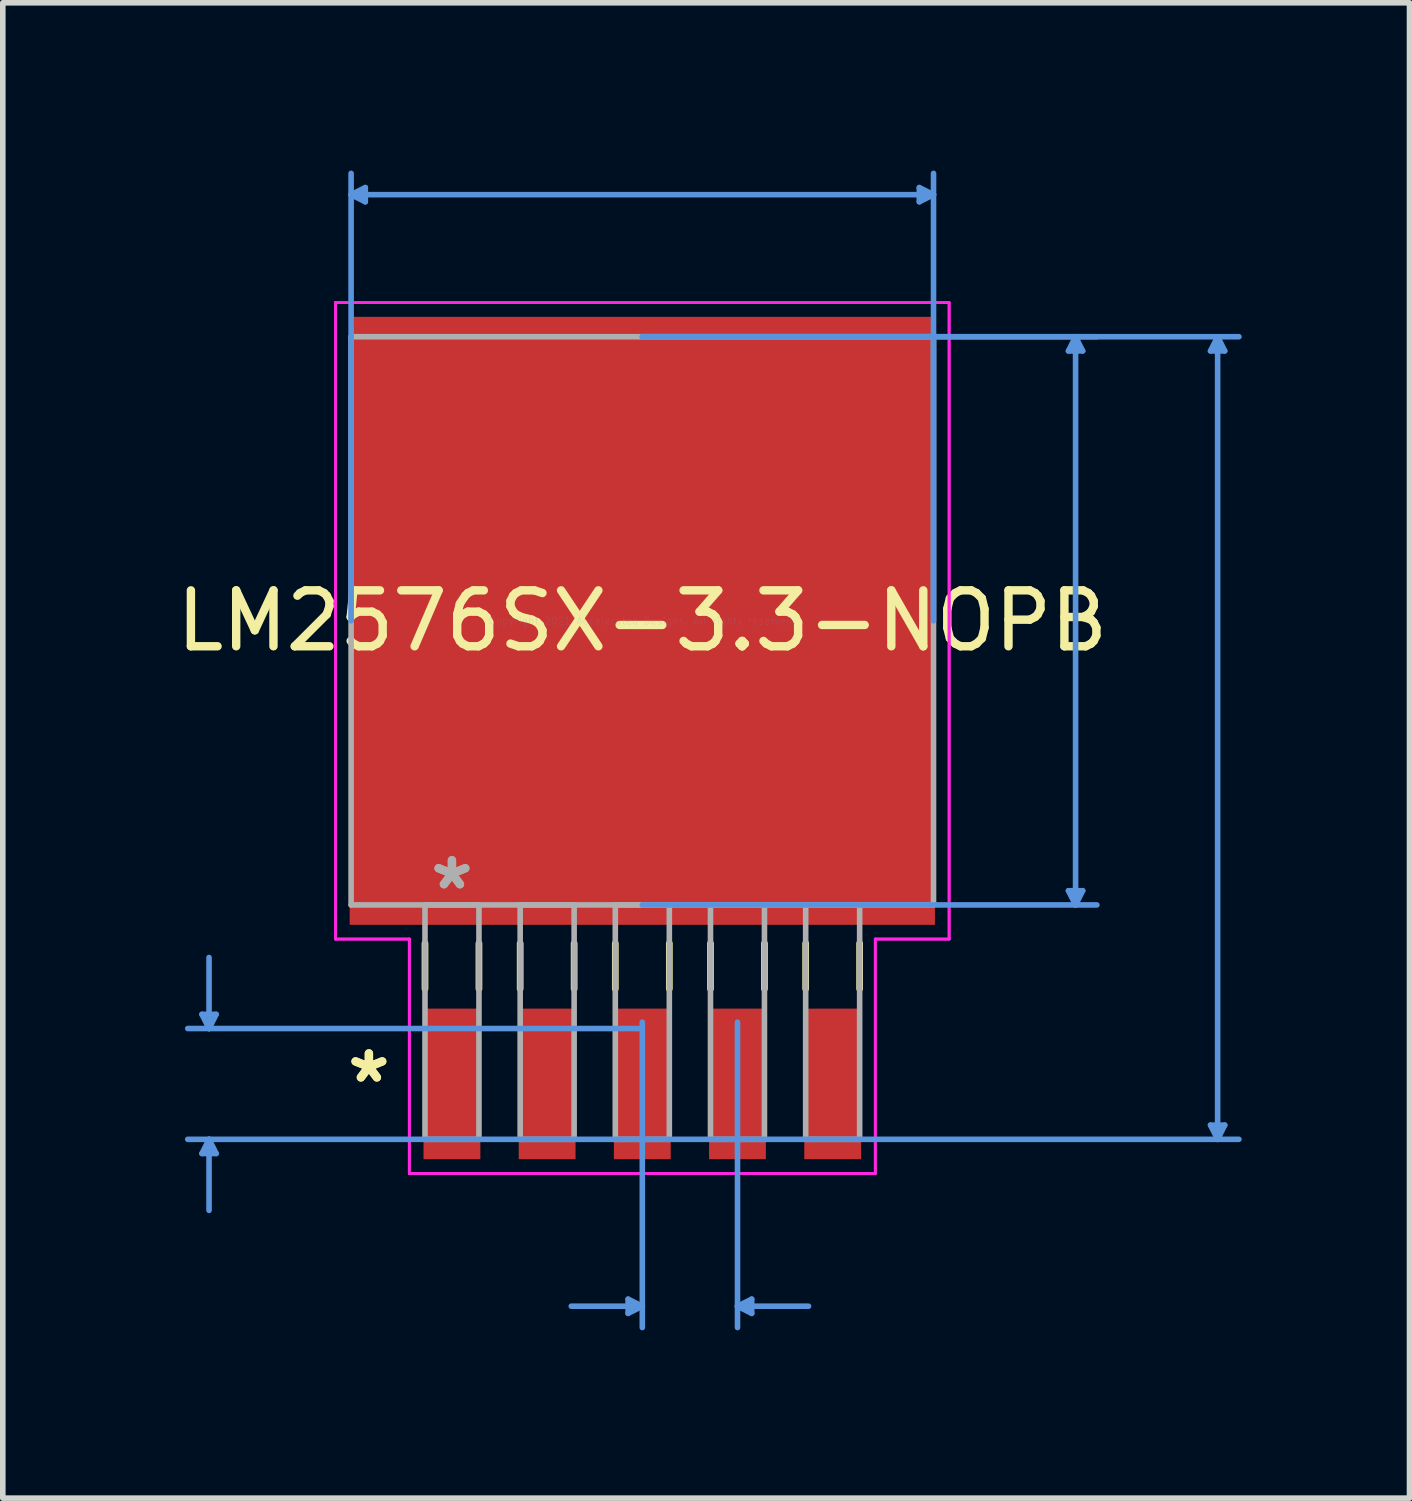
<source format=kicad_pcb>
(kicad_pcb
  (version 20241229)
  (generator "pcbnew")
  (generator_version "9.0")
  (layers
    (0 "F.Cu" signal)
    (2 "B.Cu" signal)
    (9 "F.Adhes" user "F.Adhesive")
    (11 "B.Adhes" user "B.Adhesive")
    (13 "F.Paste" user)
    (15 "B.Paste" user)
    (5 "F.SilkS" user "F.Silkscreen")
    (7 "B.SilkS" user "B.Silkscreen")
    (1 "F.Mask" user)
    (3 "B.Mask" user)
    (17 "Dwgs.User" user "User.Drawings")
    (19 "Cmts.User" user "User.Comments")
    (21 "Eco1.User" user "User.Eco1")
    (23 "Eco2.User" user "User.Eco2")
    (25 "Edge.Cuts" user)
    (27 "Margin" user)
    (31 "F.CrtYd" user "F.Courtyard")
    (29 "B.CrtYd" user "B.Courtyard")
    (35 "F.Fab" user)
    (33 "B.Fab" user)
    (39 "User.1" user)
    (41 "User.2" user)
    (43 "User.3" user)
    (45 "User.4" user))
  (footprint "LM2576SX-3.3-NOPB"
    (layer "F.Cu")
    (at 8.435 8.051)
    (property "Reference" "LM2576SX-3.3-NOPB" (at 0 0 0) (layer "F.SilkS") (effects (font (size 1 1) (thickness 0.15))))
    (attr through_hole)
    (fp_line (start -3.886 5.768) (end -3.886 6.579) (stroke (width 0.12) (type solid)) (layer "F.SilkS"))
    (fp_line (start -2.921 5.768) (end -2.921 6.579) (stroke (width 0.12) (type solid)) (layer "F.SilkS"))
    (fp_line (start -2.184 5.768) (end -2.184 6.579) (stroke (width 0.12) (type solid)) (layer "F.SilkS"))
    (fp_line (start -1.219 5.768) (end -1.219 6.579) (stroke (width 0.12) (type solid)) (layer "F.SilkS"))
    (fp_line (start -0.483 5.768) (end -0.483 6.579) (stroke (width 0.12) (type solid)) (layer "F.SilkS"))
    (fp_line (start 0.483 5.768) (end 0.483 6.579) (stroke (width 0.12) (type solid)) (layer "F.SilkS"))
    (fp_line (start 1.219 5.768) (end 1.219 6.579) (stroke (width 0.12) (type solid)) (layer "F.SilkS"))
    (fp_line (start 2.184 5.768) (end 2.184 6.579) (stroke (width 0.12) (type solid)) (layer "F.SilkS"))
    (fp_line (start 2.921 5.768) (end 2.921 6.579) (stroke (width 0.12) (type solid)) (layer "F.SilkS"))
    (fp_line (start 3.886 5.768) (end 3.886 6.579) (stroke (width 0.12) (type solid)) (layer "F.SilkS"))
    (fp_line (start -7.874 7.036) (end -7.62 7.036) (stroke (width 0.1) (type solid)) (layer "Cmts.User"))
    (fp_line (start -7.874 9.525) (end -7.62 9.525) (stroke (width 0.1) (type solid)) (layer "Cmts.User"))
    (fp_line (start -7.747 7.29) (end -7.874 7.036) (stroke (width 0.1) (type solid)) (layer "Cmts.User"))
    (fp_line (start -7.747 7.29) (end -7.747 6.02) (stroke (width 0.1) (type solid)) (layer "Cmts.User"))
    (fp_line (start -7.747 7.29) (end -7.62 7.036) (stroke (width 0.1) (type solid)) (layer "Cmts.User"))
    (fp_line (start -7.747 9.271) (end -7.874 9.525) (stroke (width 0.1) (type solid)) (layer "Cmts.User"))
    (fp_line (start -7.747 9.271) (end -7.747 10.541) (stroke (width 0.1) (type solid)) (layer "Cmts.User"))
    (fp_line (start -7.747 9.271) (end -7.62 9.525) (stroke (width 0.1) (type solid)) (layer "Cmts.User"))
    (fp_line (start -5.207 -7.62) (end -4.953 -7.747) (stroke (width 0.1) (type solid)) (layer "Cmts.User"))
    (fp_line (start -5.207 -7.62) (end -4.953 -7.493) (stroke (width 0.1) (type solid)) (layer "Cmts.User"))
    (fp_line (start -5.207 -7.62) (end 5.207 -7.62) (stroke (width 0.1) (type solid)) (layer "Cmts.User"))
    (fp_line (start -5.207 0) (end -5.207 -8.001) (stroke (width 0.1) (type solid)) (layer "Cmts.User"))
    (fp_line (start -4.953 -7.747) (end -4.953 -7.493) (stroke (width 0.1) (type solid)) (layer "Cmts.User"))
    (fp_line (start -0.254 12.129) (end -0.254 12.383) (stroke (width 0.1) (type solid)) (layer "Cmts.User"))
    (fp_line (start 0 -5.08) (end 8.128 -5.08) (stroke (width 0.1) (type solid)) (layer "Cmts.User"))
    (fp_line (start 0 -5.08) (end 10.668 -5.08) (stroke (width 0.1) (type solid)) (layer "Cmts.User"))
    (fp_line (start 0 5.08) (end 8.128 5.08) (stroke (width 0.1) (type solid)) (layer "Cmts.User"))
    (fp_line (start 0 7.176) (end 0 12.636) (stroke (width 0.1) (type solid)) (layer "Cmts.User"))
    (fp_line (start 0 7.29) (end -8.128 7.29) (stroke (width 0.1) (type solid)) (layer "Cmts.User"))
    (fp_line (start 0 9.271) (end -8.128 9.271) (stroke (width 0.1) (type solid)) (layer "Cmts.User"))
    (fp_line (start 0 9.271) (end 10.668 9.271) (stroke (width 0.1) (type solid)) (layer "Cmts.User"))
    (fp_line (start 0 12.255) (end -1.27 12.255) (stroke (width 0.1) (type solid)) (layer "Cmts.User"))
    (fp_line (start 0 12.255) (end -0.254 12.129) (stroke (width 0.1) (type solid)) (layer "Cmts.User"))
    (fp_line (start 0 12.255) (end -0.254 12.383) (stroke (width 0.1) (type solid)) (layer "Cmts.User"))
    (fp_line (start 1.702 7.176) (end 1.702 12.636) (stroke (width 0.1) (type solid)) (layer "Cmts.User"))
    (fp_line (start 1.702 12.255) (end 1.956 12.129) (stroke (width 0.1) (type solid)) (layer "Cmts.User"))
    (fp_line (start 1.702 12.255) (end 1.956 12.383) (stroke (width 0.1) (type solid)) (layer "Cmts.User"))
    (fp_line (start 1.702 12.255) (end 2.972 12.255) (stroke (width 0.1) (type solid)) (layer "Cmts.User"))
    (fp_line (start 1.956 12.129) (end 1.956 12.383) (stroke (width 0.1) (type solid)) (layer "Cmts.User"))
    (fp_line (start 4.953 -7.747) (end 4.953 -7.493) (stroke (width 0.1) (type solid)) (layer "Cmts.User"))
    (fp_line (start 5.207 -7.62) (end 4.953 -7.747) (stroke (width 0.1) (type solid)) (layer "Cmts.User"))
    (fp_line (start 5.207 -7.62) (end 4.953 -7.493) (stroke (width 0.1) (type solid)) (layer "Cmts.User"))
    (fp_line (start 5.207 0) (end 5.207 -8.001) (stroke (width 0.1) (type solid)) (layer "Cmts.User"))
    (fp_line (start 7.62 -4.826) (end 7.874 -4.826) (stroke (width 0.1) (type solid)) (layer "Cmts.User"))
    (fp_line (start 7.62 4.826) (end 7.874 4.826) (stroke (width 0.1) (type solid)) (layer "Cmts.User"))
    (fp_line (start 7.747 -5.08) (end 7.62 -4.826) (stroke (width 0.1) (type solid)) (layer "Cmts.User"))
    (fp_line (start 7.747 -5.08) (end 7.747 5.08) (stroke (width 0.1) (type solid)) (layer "Cmts.User"))
    (fp_line (start 7.747 -5.08) (end 7.874 -4.826) (stroke (width 0.1) (type solid)) (layer "Cmts.User"))
    (fp_line (start 7.747 5.08) (end 7.62 4.826) (stroke (width 0.1) (type solid)) (layer "Cmts.User"))
    (fp_line (start 7.747 5.08) (end 7.874 4.826) (stroke (width 0.1) (type solid)) (layer "Cmts.User"))
    (fp_line (start 10.16 -4.826) (end 10.414 -4.826) (stroke (width 0.1) (type solid)) (layer "Cmts.User"))
    (fp_line (start 10.16 9.017) (end 10.414 9.017) (stroke (width 0.1) (type solid)) (layer "Cmts.User"))
    (fp_line (start 10.287 -5.08) (end 10.16 -4.826) (stroke (width 0.1) (type solid)) (layer "Cmts.User"))
    (fp_line (start 10.287 -5.08) (end 10.287 9.271) (stroke (width 0.1) (type solid)) (layer "Cmts.User"))
    (fp_line (start 10.287 -5.08) (end 10.414 -4.826) (stroke (width 0.1) (type solid)) (layer "Cmts.User"))
    (fp_line (start 10.287 9.271) (end 10.16 9.017) (stroke (width 0.1) (type solid)) (layer "Cmts.User"))
    (fp_line (start 10.287 9.271) (end 10.414 9.017) (stroke (width 0.1) (type solid)) (layer "Cmts.User"))
    (fp_line (start -5.486 -5.69) (end 5.486 -5.69) (stroke (width 0.05) (type solid)) (layer "F.CrtYd"))
    (fp_line (start -5.486 -5.69) (end 5.486 -5.69) (stroke (width 0.05) (type solid)) (layer "F.CrtYd"))
    (fp_line (start -5.486 5.69) (end -5.486 -5.69) (stroke (width 0.05) (type solid)) (layer "F.CrtYd"))
    (fp_line (start -5.486 5.69) (end -5.486 -5.69) (stroke (width 0.05) (type solid)) (layer "F.CrtYd"))
    (fp_line (start -4.166 5.69) (end -5.486 5.69) (stroke (width 0.05) (type solid)) (layer "F.CrtYd"))
    (fp_line (start -4.166 5.69) (end -5.486 5.69) (stroke (width 0.05) (type solid)) (layer "F.CrtYd"))
    (fp_line (start -4.166 9.881) (end -4.166 5.69) (stroke (width 0.05) (type solid)) (layer "F.CrtYd"))
    (fp_line (start -4.166 9.881) (end -4.166 5.69) (stroke (width 0.05) (type solid)) (layer "F.CrtYd"))
    (fp_line (start 4.166 5.69) (end 4.166 9.881) (stroke (width 0.05) (type solid)) (layer "F.CrtYd"))
    (fp_line (start 4.166 5.69) (end 4.166 9.881) (stroke (width 0.05) (type solid)) (layer "F.CrtYd"))
    (fp_line (start 4.166 9.881) (end -4.166 9.881) (stroke (width 0.05) (type solid)) (layer "F.CrtYd"))
    (fp_line (start 4.166 9.881) (end -4.166 9.881) (stroke (width 0.05) (type solid)) (layer "F.CrtYd"))
    (fp_line (start 5.486 -5.69) (end 5.486 5.69) (stroke (width 0.05) (type solid)) (layer "F.CrtYd"))
    (fp_line (start 5.486 -5.69) (end 5.486 5.69) (stroke (width 0.05) (type solid)) (layer "F.CrtYd"))
    (fp_line (start 5.486 5.69) (end 4.166 5.69) (stroke (width 0.05) (type solid)) (layer "F.CrtYd"))
    (fp_line (start 5.486 5.69) (end 4.166 5.69) (stroke (width 0.05) (type solid)) (layer "F.CrtYd"))
    (fp_line (start -5.207 -5.08) (end -5.207 5.08) (stroke (width 0.1) (type solid)) (layer "F.Fab"))
    (fp_line (start -5.207 5.08) (end 5.207 5.08) (stroke (width 0.1) (type solid)) (layer "F.Fab"))
    (fp_line (start -3.886 5.08) (end -3.886 9.271) (stroke (width 0.1) (type solid)) (layer "F.Fab"))
    (fp_line (start -3.886 9.271) (end -2.921 9.271) (stroke (width 0.1) (type solid)) (layer "F.Fab"))
    (fp_line (start -2.921 5.08) (end -3.886 5.08) (stroke (width 0.1) (type solid)) (layer "F.Fab"))
    (fp_line (start -2.921 9.271) (end -2.921 5.08) (stroke (width 0.1) (type solid)) (layer "F.Fab"))
    (fp_line (start -2.184 5.08) (end -2.184 9.271) (stroke (width 0.1) (type solid)) (layer "F.Fab"))
    (fp_line (start -2.184 9.271) (end -1.219 9.271) (stroke (width 0.1) (type solid)) (layer "F.Fab"))
    (fp_line (start -1.219 5.08) (end -2.184 5.08) (stroke (width 0.1) (type solid)) (layer "F.Fab"))
    (fp_line (start -1.219 9.271) (end -1.219 5.08) (stroke (width 0.1) (type solid)) (layer "F.Fab"))
    (fp_line (start -0.483 5.08) (end -0.483 9.271) (stroke (width 0.1) (type solid)) (layer "F.Fab"))
    (fp_line (start -0.483 9.271) (end 0.483 9.271) (stroke (width 0.1) (type solid)) (layer "F.Fab"))
    (fp_line (start 0.483 5.08) (end -0.483 5.08) (stroke (width 0.1) (type solid)) (layer "F.Fab"))
    (fp_line (start 0.483 9.271) (end 0.483 5.08) (stroke (width 0.1) (type solid)) (layer "F.Fab"))
    (fp_line (start 1.219 5.08) (end 1.219 9.271) (stroke (width 0.1) (type solid)) (layer "F.Fab"))
    (fp_line (start 1.219 9.271) (end 2.184 9.271) (stroke (width 0.1) (type solid)) (layer "F.Fab"))
    (fp_line (start 2.184 5.08) (end 1.219 5.08) (stroke (width 0.1) (type solid)) (layer "F.Fab"))
    (fp_line (start 2.184 9.271) (end 2.184 5.08) (stroke (width 0.1) (type solid)) (layer "F.Fab"))
    (fp_line (start 2.921 5.08) (end 2.921 9.271) (stroke (width 0.1) (type solid)) (layer "F.Fab"))
    (fp_line (start 2.921 9.271) (end 3.886 9.271) (stroke (width 0.1) (type solid)) (layer "F.Fab"))
    (fp_line (start 3.886 5.08) (end 2.921 5.08) (stroke (width 0.1) (type solid)) (layer "F.Fab"))
    (fp_line (start 3.886 9.271) (end 3.886 5.08) (stroke (width 0.1) (type solid)) (layer "F.Fab"))
    (fp_line (start 5.207 -5.08) (end -5.207 -5.08) (stroke (width 0.1) (type solid)) (layer "F.Fab"))
    (fp_line (start 5.207 5.08) (end 5.207 -5.08) (stroke (width 0.1) (type solid)) (layer "F.Fab"))
    (fp_text user "*" (at -4.889 8.28 0) (layer "F.SilkS") (effects (font (size 1 1) (thickness 0.15))))
    (fp_text user "*" (at -4.889 8.28 0) (layer "F.SilkS") (effects (font (size 1 1) (thickness 0.15))))
    (fp_text user "Copyright 2021 Accelerated Designs. All rights reserved." (at 0 0 0) (layer "Cmts.User") (effects (font (size 0.127 0.127) (thickness 0.002))))
    (fp_text user "*" (at -3.404 4.826 0) (layer "F.Fab") (effects (font (size 1 1) (thickness 0.15))))
    (fp_text user "*" (at -3.404 4.826 0) (layer "F.Fab") (effects (font (size 1 1) (thickness 0.15))))
    (pad "1" smd rect (at -3.404 8.28) (size 1.016 2.692) (layers "F.Cu" "F.Mask" "F.Paste"))
    (pad "2" smd rect (at -1.702 8.28) (size 1.016 2.692) (layers "F.Cu" "F.Mask" "F.Paste"))
    (pad "3" smd rect (at 0 8.28) (size 1.016 2.692) (layers "F.Cu" "F.Mask" "F.Paste"))
    (pad "4" smd rect (at 1.702 8.28) (size 1.016 2.692) (layers "F.Cu" "F.Mask" "F.Paste"))
    (pad "5" smd rect (at 3.404 8.28) (size 1.016 2.692) (layers "F.Cu" "F.Mask" "F.Paste"))
    (pad "6" smd rect (at 0 0) (size 10.465 10.871) (layers "F.Cu" "F.Mask" "F.Paste")))
  (gr_rect
    (start -3 -3)
    (end 22.153 23.738)
    (stroke (width 0.1) (type default))
    (fill no)
    (layer "Edge.Cuts")))
</source>
